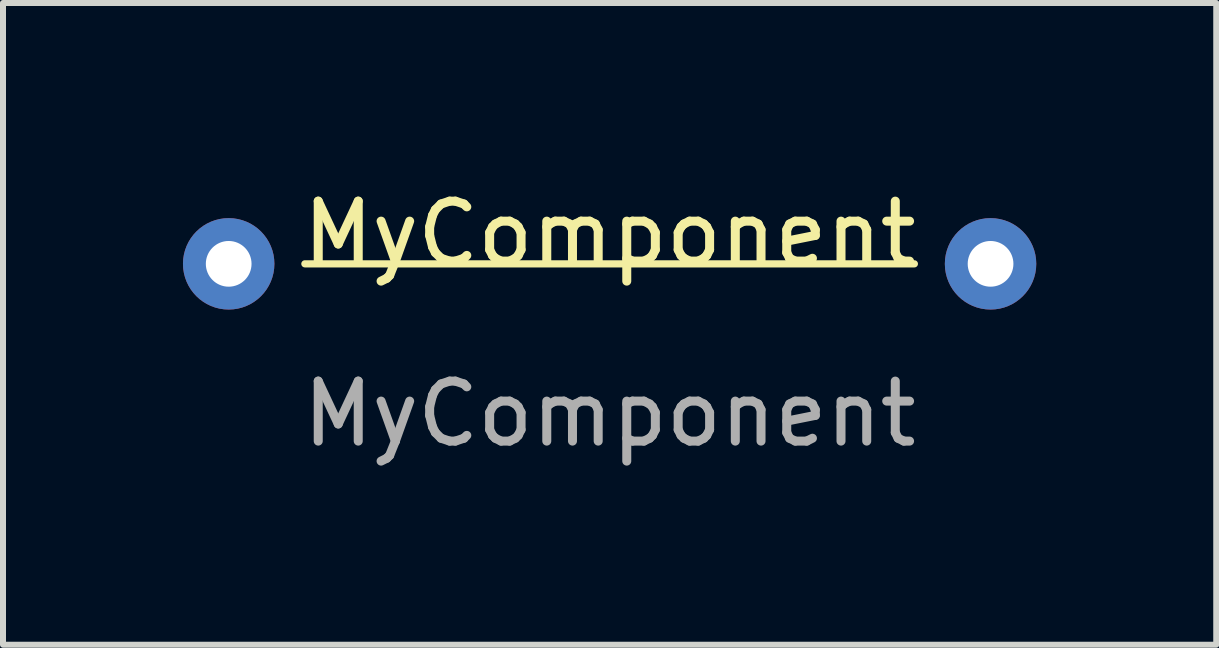
<source format=kicad_pcb>
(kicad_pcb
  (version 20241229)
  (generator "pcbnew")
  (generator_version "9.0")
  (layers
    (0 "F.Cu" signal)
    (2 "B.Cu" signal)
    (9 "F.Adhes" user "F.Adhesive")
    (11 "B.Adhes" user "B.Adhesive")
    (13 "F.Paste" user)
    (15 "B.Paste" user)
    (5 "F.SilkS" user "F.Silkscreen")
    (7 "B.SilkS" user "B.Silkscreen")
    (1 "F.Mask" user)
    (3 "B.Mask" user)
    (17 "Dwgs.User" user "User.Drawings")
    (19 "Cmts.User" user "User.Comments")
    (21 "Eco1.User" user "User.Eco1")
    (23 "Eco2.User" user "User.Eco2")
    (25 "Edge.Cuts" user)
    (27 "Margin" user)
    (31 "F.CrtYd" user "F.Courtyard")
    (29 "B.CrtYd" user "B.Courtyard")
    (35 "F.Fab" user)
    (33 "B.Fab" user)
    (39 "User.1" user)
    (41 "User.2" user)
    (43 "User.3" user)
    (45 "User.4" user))
  (footprint "MyComponent"
    (layer "F.Cu")
    (at 7.112 1.348)
    (property "Reference" "MyComponent" (at 0 -0.5 0) (unlocked yes) (layer "F.SilkS") (effects (font (size 1 1) (thickness 0.15))))
    (attr through_hole)
    (fp_line (start -5.08 0) (end 5.08 0) (stroke (width 0.12) (type solid)) (layer "F.SilkS"))
    (fp_text user "${REFERENCE}" (at 0 2.5 0) (unlocked yes) (layer "F.Fab") (effects (font (size 1 1) (thickness 0.15))))
    (pad "1" thru_hole circle (at -6.35 0) (size 1.524 1.524) (drill 0.762) (layers "*.Cu" "*.Mask"))
    (pad "2" thru_hole circle (at 6.35 0) (size 1.524 1.524) (drill 0.762) (layers "*.Cu" "*.Mask")))
  (gr_rect
    (start -3 -3)
    (end 17.224 7.697)
    (stroke (width 0.1) (type default))
    (fill no)
    (layer "Edge.Cuts")))
</source>
